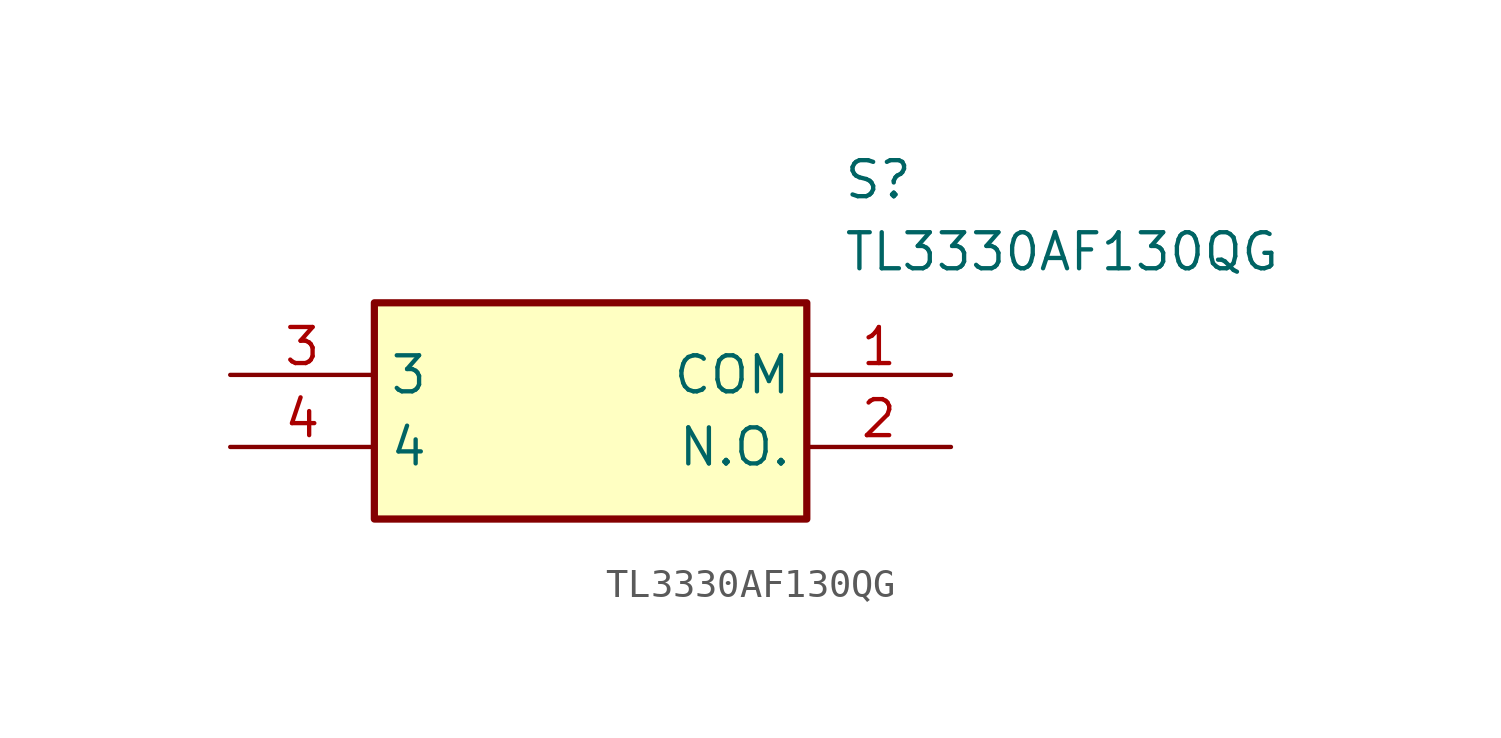
<source format=kicad_sym>
(kicad_symbol_lib
  (version 20211014)
  (generator SamacSys_ECAD_Model)
  (symbol "TL3330AF130QG"
    (property "Reference" "S"
      (at 21.59 7.62 0)
      (effects (font (size 1.27 1.27)) (justify left top)))
    (property "Value" "TL3330AF130QG"
      (at 21.59 5.08 0)
      (effects (font (size 1.27 1.27)) (justify left top)))
    (rectangle
      (start 5.08 2.54)
      (end 20.32 -5.08)
      (stroke (width 0.254) (type default))
      (fill (type background)))
    (pin passive line
      (at 25.4 0 180)
      (length 5.08)
      (name "COM" (effects (font (size 1.27 1.27))))
      (number "1" (effects (font (size 1.27 1.27)))))
    (pin passive line
      (at 25.4 -2.54 180)
      (length 5.08)
      (name "N.O." (effects (font (size 1.27 1.27))))
      (number "2" (effects (font (size 1.27 1.27)))))
    (pin passive line
      (at 0 0 0)
      (length 5.08)
      (name "3" (effects (font (size 1.27 1.27))))
      (number "3" (effects (font (size 1.27 1.27)))))
    (pin passive line
      (at 0 -2.54 0)
      (length 5.08)
      (name "4" (effects (font (size 1.27 1.27))))
      (number "4" (effects (font (size 1.27 1.27)))))))
</source>
